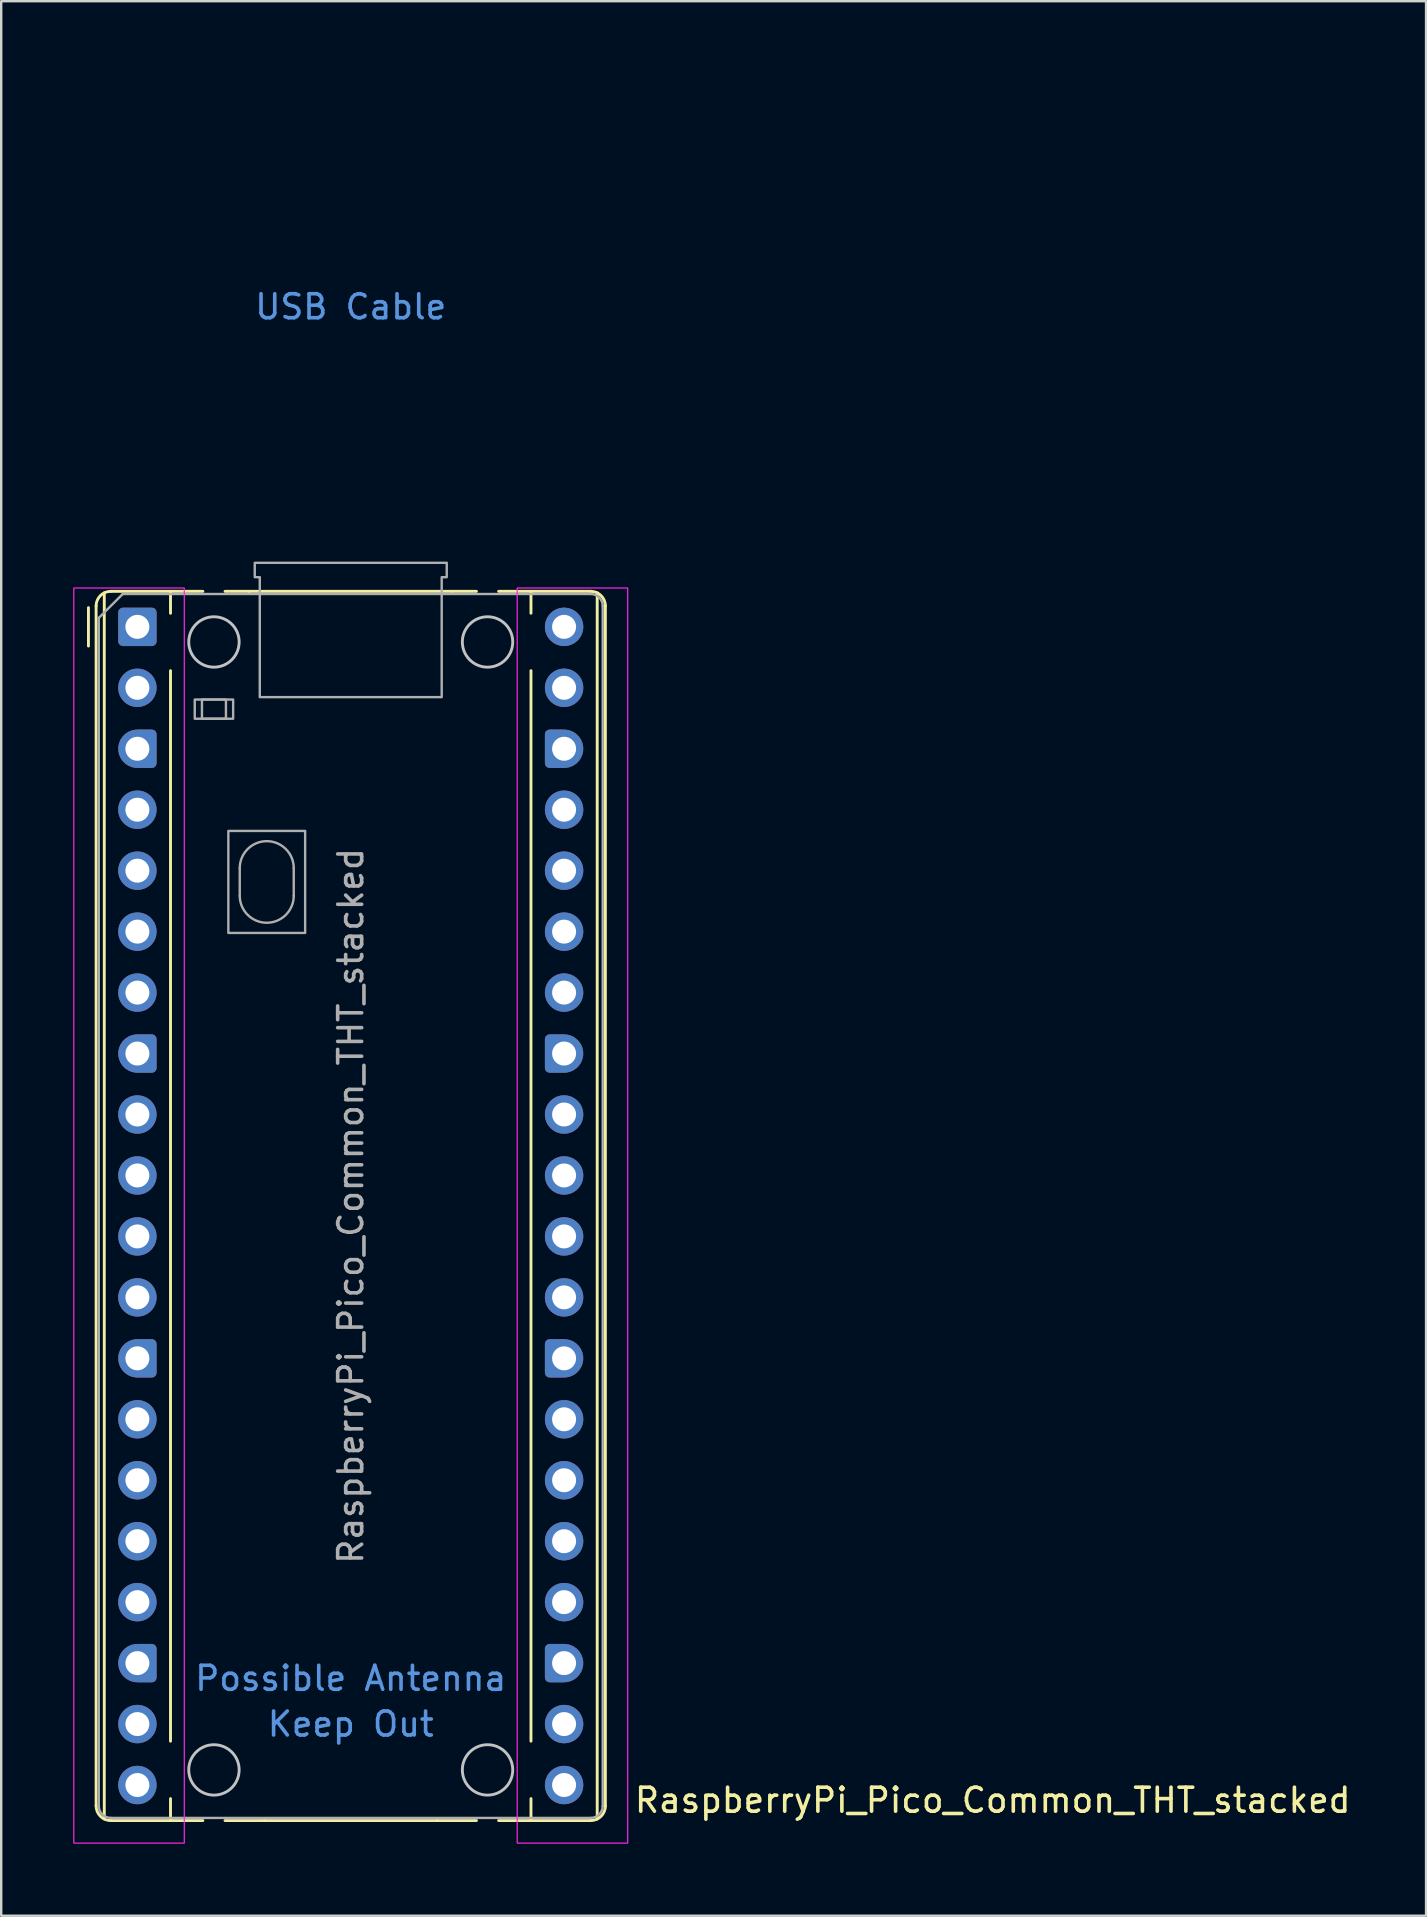
<source format=kicad_pcb>
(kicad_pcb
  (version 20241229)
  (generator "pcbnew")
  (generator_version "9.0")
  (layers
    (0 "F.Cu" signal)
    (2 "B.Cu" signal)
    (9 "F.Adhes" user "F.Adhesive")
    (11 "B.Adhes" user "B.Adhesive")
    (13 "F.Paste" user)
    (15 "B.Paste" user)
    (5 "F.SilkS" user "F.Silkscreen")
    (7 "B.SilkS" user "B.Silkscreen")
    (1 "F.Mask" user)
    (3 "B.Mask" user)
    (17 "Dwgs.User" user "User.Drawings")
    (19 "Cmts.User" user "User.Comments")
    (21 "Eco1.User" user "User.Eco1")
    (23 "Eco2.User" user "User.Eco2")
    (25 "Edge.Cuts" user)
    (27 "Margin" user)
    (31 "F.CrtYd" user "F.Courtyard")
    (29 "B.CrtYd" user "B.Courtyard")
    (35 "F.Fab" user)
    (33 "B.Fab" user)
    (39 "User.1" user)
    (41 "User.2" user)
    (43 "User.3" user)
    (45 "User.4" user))
  (footprint "RaspberryPi_Pico_Common_THT_stacked"
    (layer "F.Cu")
    (at 2.675 23.07)
    (property "Reference" "RaspberryPi_Pico_Common_THT_stacked" (at 20.637 48.895 0) (unlocked yes) (layer "F.SilkS") (effects (font (size 1 1) (thickness 0.15)) (justify left)))
    (attr through_hole)
    (fp_line (start -2.04 0.8) (end -2.04 -0.8) (stroke (width 0.12) (type solid)) (layer "F.SilkS"))
    (fp_line (start -1.72 -0.87) (end -1.72 49.13) (stroke (width 0.12) (type solid)) (layer "F.SilkS"))
    (fp_line (start -1.38 -1.417) (end -1.38 49.677) (stroke (width 0.12) (type solid)) (layer "F.SilkS"))
    (fp_line (start -1.11 -1.48) (end 1.38 -1.48) (stroke (width 0.12) (type solid)) (layer "F.SilkS"))
    (fp_line (start -1.11 49.74) (end 2.728 49.74) (stroke (width 0.12) (type solid)) (layer "F.SilkS"))
    (fp_line (start 1.38 -1.48) (end 1.38 -0.566) (stroke (width 0.12) (type solid)) (layer "F.SilkS"))
    (fp_line (start 1.38 -1.48) (end 2.728 -1.48) (stroke (width 0.12) (type solid)) (layer "F.SilkS"))
    (fp_line (start 1.38 1.826) (end 1.38 46.434) (stroke (width 0.12) (type solid)) (layer "F.SilkS"))
    (fp_line (start 1.38 48.826) (end 1.38 49.74) (stroke (width 0.12) (type solid)) (layer "F.SilkS"))
    (fp_line (start 3.652 -1.48) (end 4.655 -1.48) (stroke (width 0.12) (type solid)) (layer "F.SilkS"))
    (fp_line (start 4.655 -1.48) (end 13.125 -1.48) (stroke (width 0.12) (type solid)) (layer "F.SilkS"))
    (fp_line (start 5.29 49.74) (end 3.652 49.74) (stroke (width 0.12) (type solid)) (layer "F.SilkS"))
    (fp_line (start 12.49 49.74) (end 5.29 49.74) (stroke (width 0.12) (type solid)) (layer "F.SilkS"))
    (fp_line (start 13.125 -1.48) (end 14.128 -1.48) (stroke (width 0.12) (type solid)) (layer "F.SilkS"))
    (fp_line (start 14.128 49.74) (end 12.49 49.74) (stroke (width 0.12) (type solid)) (layer "F.SilkS"))
    (fp_line (start 15.052 -1.48) (end 16.4 -1.48) (stroke (width 0.12) (type solid)) (layer "F.SilkS"))
    (fp_line (start 15.052 49.74) (end 18.89 49.74) (stroke (width 0.12) (type solid)) (layer "F.SilkS"))
    (fp_line (start 16.4 -1.48) (end 16.4 -0.566) (stroke (width 0.12) (type solid)) (layer "F.SilkS"))
    (fp_line (start 16.4 1.826) (end 16.4 46.434) (stroke (width 0.12) (type solid)) (layer "F.SilkS"))
    (fp_line (start 16.4 48.826) (end 16.4 49.74) (stroke (width 0.12) (type solid)) (layer "F.SilkS"))
    (fp_line (start 18.89 -1.48) (end 16.4 -1.48) (stroke (width 0.12) (type solid)) (layer "F.SilkS"))
    (fp_line (start 19.16 49.677) (end 19.16 -1.417) (stroke (width 0.12) (type solid)) (layer "F.SilkS"))
    (fp_line (start 19.5 -0.87) (end 19.5 49.13) (stroke (width 0.12) (type solid)) (layer "F.SilkS"))
    (fp_arc (start -1.72 -0.87) (mid -1.541335 -1.301335) (end -1.11 -1.48) (stroke (width 0.12) (type solid)) (layer "F.SilkS"))
    (fp_arc (start -1.11 49.74) (mid -1.541364 49.561364) (end -1.72 49.13) (stroke (width 0.12) (type solid)) (layer "F.SilkS"))
    (fp_arc (start 18.89 -1.48) (mid 19.321335 -1.301335) (end 19.5 -0.87) (stroke (width 0.12) (type solid)) (layer "F.SilkS"))
    (fp_arc (start 19.5 49.13) (mid 19.321335 49.561335) (end 18.89 49.74) (stroke (width 0.12) (type solid)) (layer "F.SilkS"))
    (fp_circle (center 3.19 0.63) (end 4.24 0.63) (stroke (width 0.12) (type solid)) (fill no) (layer "Dwgs.User"))
    (fp_circle (center 3.19 47.63) (end 4.24 47.63) (stroke (width 0.12) (type solid)) (fill no) (layer "Dwgs.User"))
    (fp_circle (center 14.59 0.63) (end 15.64 0.63) (stroke (width 0.12) (type solid)) (fill no) (layer "Dwgs.User"))
    (fp_circle (center 14.59 47.63) (end 15.64 47.63) (stroke (width 0.12) (type solid)) (fill no) (layer "Dwgs.User"))
    (fp_rect (start -2.65 -1.62) (end 1.954 50.68) (stroke (width 0.05) (type default)) (fill no) (layer "F.CrtYd"))
    (fp_rect (start 15.826 -1.62) (end 20.43 50.68) (stroke (width 0.05) (type default)) (fill no) (layer "F.CrtYd"))
    (fp_line (start -1.61 -0.37) (end -0.61 -1.37) (stroke (width 0.1) (type solid)) (layer "F.Fab"))
    (fp_line (start -1.61 49.13) (end -1.61 -0.37) (stroke (width 0.1) (type solid)) (layer "F.Fab"))
    (fp_line (start -0.61 -1.37) (end 18.89 -1.37) (stroke (width 0.1) (type solid)) (layer "F.Fab"))
    (fp_line (start 4.265 10.055) (end 4.265 11.205) (stroke (width 0.1) (type solid)) (layer "F.Fab"))
    (fp_line (start 6.515 10.055) (end 6.515 11.205) (stroke (width 0.1) (type solid)) (layer "F.Fab"))
    (fp_line (start 18.89 49.63) (end -1.11 49.63) (stroke (width 0.1) (type solid)) (layer "F.Fab"))
    (fp_line (start 19.39 -0.87) (end 19.39 49.13) (stroke (width 0.1) (type solid)) (layer "F.Fab"))
    (fp_rect (start 2.39 3.03) (end 3.99 3.83) (stroke (width 0.1) (type solid)) (fill no) (layer "F.Fab"))
    (fp_rect (start 2.69 3.03) (end 3.69 3.83) (stroke (width 0.1) (type solid)) (fill no) (layer "F.Fab"))
    (fp_rect (start 3.79 8.505) (end 6.99 12.755) (stroke (width 0.1) (type solid)) (fill no) (layer "F.Fab"))
    (fp_arc (start -1.11 49.63) (mid -1.463553 49.483553) (end -1.61 49.13) (stroke (width 0.1) (type solid)) (layer "F.Fab"))
    (fp_arc (start 4.265 10.055) (mid 5.39 8.93) (end 6.515 10.055) (stroke (width 0.1) (type solid)) (layer "F.Fab"))
    (fp_arc (start 6.515 11.205) (mid 5.39 12.33) (end 4.265 11.205) (stroke (width 0.1) (type solid)) (layer "F.Fab"))
    (fp_arc (start 18.89 -1.37) (mid 19.243553 -1.223553) (end 19.39 -0.87) (stroke (width 0.1) (type solid)) (layer "F.Fab"))
    (fp_arc (start 19.39 49.13) (mid 19.243553 49.483553) (end 18.89 49.63) (stroke (width 0.1) (type solid)) (layer "F.Fab"))
    (fp_poly (pts (xy 12.68 2.93) (xy 12.68 -2.07) (xy 12.89 -2.07) (xy 12.89 -2.67) (xy 4.89 -2.67) (xy 4.89 -2.07) (xy 5.1 -2.07) (xy 5.1 2.93)) (stroke (width 0.1) (type solid)) (fill no) (layer "F.Fab"))
    (fp_text user "USB Cable" (at 8.89 -13.335 0) (unlocked yes) (layer "Cmts.User") (effects (font (size 1 1) (thickness 0.15))))
    (fp_text user "Possible Antenna" (at 8.89 43.815 0) (unlocked yes) (layer "Cmts.User") (effects (font (size 1 1) (thickness 0.15))))
    (fp_text user "Keep Out" (at 8.89 45.72 0) (unlocked yes) (layer "Cmts.User") (effects (font (size 1 1) (thickness 0.15))))
    (fp_text user "${REFERENCE}" (at 8.89 24.13 90) (layer "F.Fab") (effects (font (size 1 1) (thickness 0.15))))
    (pad "1" thru_hole roundrect (at 0 0) (size 1.6 1.6) (drill 1) (layers "*.Cu" "*.Mask") (roundrect_rratio 0.125))
    (pad "2" thru_hole circle (at 0 2.54) (size 1.6 1.6) (drill 1) (layers "*.Cu" "*.Mask"))
    (pad "3" thru_hole custom (at 0 5.08) (size 1.6 1.6) (drill 1) (layers "*.Cu" "*.Mask") (options (anchor circle)) (primitives (gr_poly (pts (xy 0.8 0.6) (xy 0.8 -0.6) (xy 0.6 -0.8) (xy 0 -0.8) (xy 0 0.8) (xy 0.6 0.8)) (width 0) (fill yes)) (gr_circle (center 0.6 0.6) (end 0.8 0.6) (width 0) (fill yes)) (gr_circle (center 0.6 -0.6) (end 0.8 -0.6) (width 0) (fill yes))))
    (pad "4" thru_hole circle (at 0 7.62) (size 1.6 1.6) (drill 1) (layers "*.Cu" "*.Mask"))
    (pad "5" thru_hole circle (at 0 10.16) (size 1.6 1.6) (drill 1) (layers "*.Cu" "*.Mask"))
    (pad "6" thru_hole circle (at 0 12.7) (size 1.6 1.6) (drill 1) (layers "*.Cu" "*.Mask"))
    (pad "7" thru_hole circle (at 0 15.24) (size 1.6 1.6) (drill 1) (layers "*.Cu" "*.Mask"))
    (pad "8" thru_hole custom (at 0 17.78) (size 1.6 1.6) (drill 1) (layers "*.Cu" "*.Mask") (options (anchor circle)) (primitives (gr_poly (pts (xy 0.8 0.6) (xy 0.8 -0.6) (xy 0.6 -0.8) (xy 0 -0.8) (xy 0 0.8) (xy 0.6 0.8)) (width 0) (fill yes)) (gr_circle (center 0.6 0.6) (end 0.8 0.6) (width 0) (fill yes)) (gr_circle (center 0.6 -0.6) (end 0.8 -0.6) (width 0) (fill yes))))
    (pad "9" thru_hole circle (at 0 20.32) (size 1.6 1.6) (drill 1) (layers "*.Cu" "*.Mask"))
    (pad "10" thru_hole circle (at 0 22.86) (size 1.6 1.6) (drill 1) (layers "*.Cu" "*.Mask"))
    (pad "11" thru_hole circle (at 0 25.4) (size 1.6 1.6) (drill 1) (layers "*.Cu" "*.Mask"))
    (pad "12" thru_hole circle (at 0 27.94) (size 1.6 1.6) (drill 1) (layers "*.Cu" "*.Mask"))
    (pad "13" thru_hole custom (at 0 30.48) (size 1.6 1.6) (drill 1) (layers "*.Cu" "*.Mask") (options (anchor circle)) (primitives (gr_poly (pts (xy 0.8 0.6) (xy 0.8 -0.6) (xy 0.6 -0.8) (xy 0 -0.8) (xy 0 0.8) (xy 0.6 0.8)) (width 0) (fill yes)) (gr_circle (center 0.6 0.6) (end 0.8 0.6) (width 0) (fill yes)) (gr_circle (center 0.6 -0.6) (end 0.8 -0.6) (width 0) (fill yes))))
    (pad "14" thru_hole circle (at 0 33.02) (size 1.6 1.6) (drill 1) (layers "*.Cu" "*.Mask"))
    (pad "15" thru_hole circle (at 0 35.56) (size 1.6 1.6) (drill 1) (layers "*.Cu" "*.Mask"))
    (pad "16" thru_hole circle (at 0 38.1) (size 1.6 1.6) (drill 1) (layers "*.Cu" "*.Mask"))
    (pad "17" thru_hole circle (at 0 40.64) (size 1.6 1.6) (drill 1) (layers "*.Cu" "*.Mask"))
    (pad "18" thru_hole custom (at 0 43.18) (size 1.6 1.6) (drill 1) (layers "*.Cu" "*.Mask") (options (anchor circle)) (primitives (gr_poly (pts (xy 0.8 0.6) (xy 0.8 -0.6) (xy 0.6 -0.8) (xy 0 -0.8) (xy 0 0.8) (xy 0.6 0.8)) (width 0) (fill yes)) (gr_circle (center 0.6 0.6) (end 0.8 0.6) (width 0) (fill yes)) (gr_circle (center 0.6 -0.6) (end 0.8 -0.6) (width 0) (fill yes))))
    (pad "19" thru_hole circle (at 0 45.72) (size 1.6 1.6) (drill 1) (layers "*.Cu" "*.Mask"))
    (pad "20" thru_hole circle (at 0 48.26) (size 1.6 1.6) (drill 1) (layers "*.Cu" "*.Mask"))
    (pad "21" thru_hole circle (at 17.78 48.26) (size 1.6 1.6) (drill 1) (layers "*.Cu" "*.Mask"))
    (pad "22" thru_hole circle (at 17.78 45.72) (size 1.6 1.6) (drill 1) (layers "*.Cu" "*.Mask"))
    (pad "23" thru_hole custom (at 17.78 43.18) (size 1.6 1.6) (drill 1) (layers "*.Cu" "*.Mask") (options (anchor circle)) (primitives (gr_poly (pts (xy -0.8 0.6) (xy -0.8 -0.6) (xy -0.6 -0.8) (xy 0 -0.8) (xy 0 0.8) (xy -0.6 0.8)) (width 0) (fill yes)) (gr_circle (center -0.6 0.6) (end -0.4 0.6) (width 0) (fill yes)) (gr_circle (center -0.6 -0.6) (end -0.4 -0.6) (width 0) (fill yes))))
    (pad "24" thru_hole circle (at 17.78 40.64) (size 1.6 1.6) (drill 1) (layers "*.Cu" "*.Mask"))
    (pad "25" thru_hole circle (at 17.78 38.1) (size 1.6 1.6) (drill 1) (layers "*.Cu" "*.Mask"))
    (pad "26" thru_hole circle (at 17.78 35.56) (size 1.6 1.6) (drill 1) (layers "*.Cu" "*.Mask"))
    (pad "27" thru_hole circle (at 17.78 33.02) (size 1.6 1.6) (drill 1) (layers "*.Cu" "*.Mask"))
    (pad "28" thru_hole custom (at 17.78 30.48) (size 1.6 1.6) (drill 1) (layers "*.Cu" "*.Mask") (options (anchor circle)) (primitives (gr_poly (pts (xy -0.8 0.6) (xy -0.8 -0.6) (xy -0.6 -0.8) (xy 0 -0.8) (xy 0 0.8) (xy -0.6 0.8)) (width 0) (fill yes)) (gr_circle (center -0.6 0.6) (end -0.4 0.6) (width 0) (fill yes)) (gr_circle (center -0.6 -0.6) (end -0.4 -0.6) (width 0) (fill yes))))
    (pad "29" thru_hole circle (at 17.78 27.94) (size 1.6 1.6) (drill 1) (layers "*.Cu" "*.Mask"))
    (pad "30" thru_hole circle (at 17.78 25.4) (size 1.6 1.6) (drill 1) (layers "*.Cu" "*.Mask"))
    (pad "31" thru_hole circle (at 17.78 22.86) (size 1.6 1.6) (drill 1) (layers "*.Cu" "*.Mask"))
    (pad "32" thru_hole circle (at 17.78 20.32) (size 1.6 1.6) (drill 1) (layers "*.Cu" "*.Mask"))
    (pad "33" thru_hole custom (at 17.78 17.78) (size 1.6 1.6) (drill 1) (layers "*.Cu" "*.Mask") (options (anchor circle)) (primitives (gr_poly (pts (xy -0.8 0.6) (xy -0.8 -0.6) (xy -0.6 -0.8) (xy 0 -0.8) (xy 0 0.8) (xy -0.6 0.8)) (width 0) (fill yes)) (gr_circle (center -0.6 0.6) (end -0.4 0.6) (width 0) (fill yes)) (gr_circle (center -0.6 -0.6) (end -0.4 -0.6) (width 0) (fill yes))))
    (pad "34" thru_hole circle (at 17.78 15.24) (size 1.6 1.6) (drill 1) (layers "*.Cu" "*.Mask"))
    (pad "35" thru_hole circle (at 17.78 12.7) (size 1.6 1.6) (drill 1) (layers "*.Cu" "*.Mask"))
    (pad "36" thru_hole circle (at 17.78 10.16) (size 1.6 1.6) (drill 1) (layers "*.Cu" "*.Mask"))
    (pad "37" thru_hole circle (at 17.78 7.62) (size 1.6 1.6) (drill 1) (layers "*.Cu" "*.Mask"))
    (pad "38" thru_hole custom (at 17.78 5.08) (size 1.6 1.6) (drill 1) (layers "*.Cu" "*.Mask") (options (anchor circle)) (primitives (gr_poly (pts (xy -0.8 0.6) (xy -0.8 -0.6) (xy -0.6 -0.8) (xy 0 -0.8) (xy 0 0.8) (xy -0.6 0.8)) (width 0) (fill yes)) (gr_circle (center -0.6 0.6) (end -0.4 0.6) (width 0) (fill yes)) (gr_circle (center -0.6 -0.6) (end -0.4 -0.6) (width 0) (fill yes))))
    (pad "39" thru_hole circle (at 17.78 2.54) (size 1.6 1.6) (drill 1) (layers "*.Cu" "*.Mask"))
    (pad "40" thru_hole circle (at 17.78 0) (size 1.6 1.6) (drill 1) (layers "*.Cu" "*.Mask"))
    (zone (net_name "") (layers "F.Cu" "B.Cu" "F.Paste" "B.Paste") (name "Antenna Copper Keep Out") (hatch full 0.5) (connect_pads) (min_thickness 0.254) (filled_areas_thickness no) (keepout (tracks not_allowed) (vias not_allowed) (pads not_allowed) (copperpour not_allowed) (footprints allowed)) (placement (enabled no)) (fill) (polygon (pts (xy 9.165 72.19) (xy 4.465 68.54) (xy 4.465 64.2) (xy 18.665 64.2) (xy 18.665 68.54) (xy 13.965 72.19) (xy 13.965 73.2) (xy 9.165 73.2))))
    (zone (net_name "") (layer "F.CrtYd") (name "USB Cable") (hatch edge 0.5) (connect_pads) (min_thickness 0.254) (filled_areas_thickness no) (keepout (tracks allowed) (vias allowed) (pads allowed) (copperpour allowed) (footprints allowed)) (placement (enabled no)) (fill) (polygon (pts (xy 5.815 19.5) (xy 7.625 19.5) (xy 7.625 19.9) (xy 15.505 19.9) (xy 15.505 19.5) (xy 17.315 19.5) (xy 17.315 0) (xy 5.815 0)))))
  (gr_rect
    (start -3 -3)
    (end 56.372 76.775)
    (stroke (width 0.1) (type default))
    (fill no)
    (layer "Edge.Cuts")))
</source>
